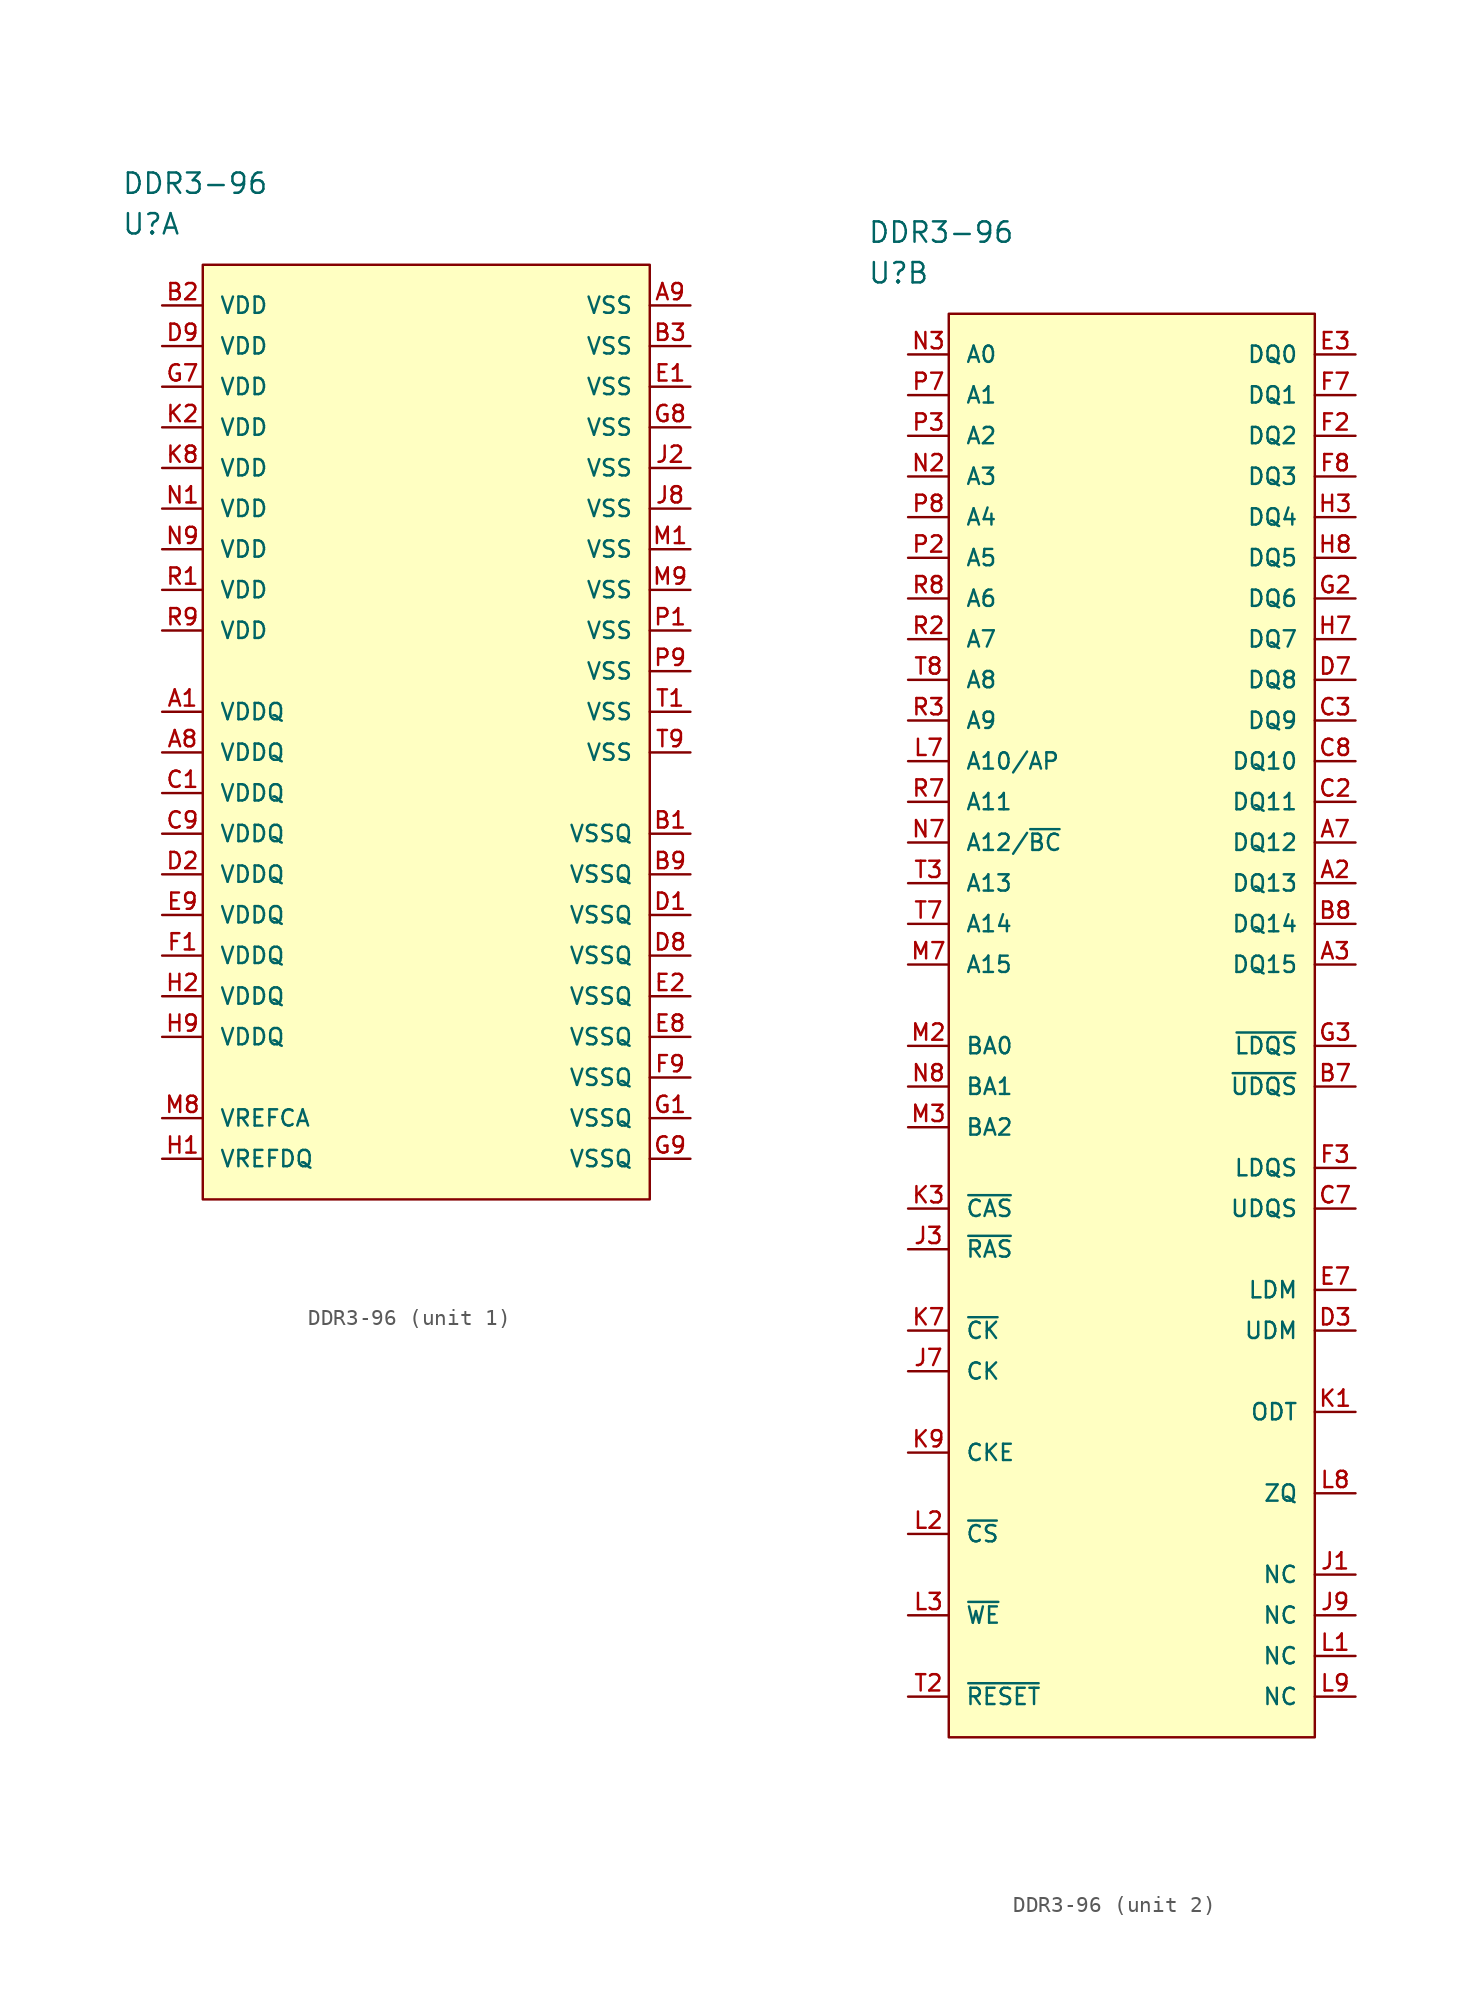
<source format=kicad_sym>
(kicad_symbol_lib
  (version 20211014)
  (generator kicad_symbol_editor)
  (symbol "DDR3-96"
    (pin_names
      (offset 1.016))
    (property "Reference" "U"
      (at 0 5.08 0)
      (effects (font (size 1.27 1.27)) (justify left)))
    (property "Value" "DDR3-96"
      (at 0 7.62 0)
      (effects (font (size 1.27 1.27)) (justify left)))
    (property "ki_locked" ""
      (at 0 0 0)
      (effects (font (size 1.27 1.27))))
    (symbol "DDR3-96_1_1"
      (rectangle (start 5.08 2.54) (end 33.02 -55.88) (stroke (width 0) (type default) (color 0 0 0 0)) (fill (type background)))
      (pin power_in line (at 2.54 -25.4 0) (length 2.54) (name "VDDQ" (effects (font (size 1.016 1.016)))) (number "A1" (effects (font (size 1.016 1.016)))))
      (pin power_in line (at 2.54 -27.94 0) (length 2.54) (name "VDDQ" (effects (font (size 1.016 1.016)))) (number "A8" (effects (font (size 1.016 1.016)))))
      (pin power_in line (at 35.56 0 180) (length 2.54) (name "VSS" (effects (font (size 1.016 1.016)))) (number "A9" (effects (font (size 1.016 1.016)))))
      (pin power_in line (at 35.56 -33.02 180) (length 2.54) (name "VSSQ" (effects (font (size 1.016 1.016)))) (number "B1" (effects (font (size 1.016 1.016)))))
      (pin power_in line (at 2.54 0 0) (length 2.54) (name "VDD" (effects (font (size 1.016 1.016)))) (number "B2" (effects (font (size 1.016 1.016)))))
      (pin power_in line (at 35.56 -2.54 180) (length 2.54) (name "VSS" (effects (font (size 1.016 1.016)))) (number "B3" (effects (font (size 1.016 1.016)))))
      (pin power_in line (at 35.56 -35.56 180) (length 2.54) (name "VSSQ" (effects (font (size 1.016 1.016)))) (number "B9" (effects (font (size 1.016 1.016)))))
      (pin power_in line (at 2.54 -30.48 0) (length 2.54) (name "VDDQ" (effects (font (size 1.016 1.016)))) (number "C1" (effects (font (size 1.016 1.016)))))
      (pin power_in line (at 2.54 -33.02 0) (length 2.54) (name "VDDQ" (effects (font (size 1.016 1.016)))) (number "C9" (effects (font (size 1.016 1.016)))))
      (pin power_in line (at 35.56 -38.1 180) (length 2.54) (name "VSSQ" (effects (font (size 1.016 1.016)))) (number "D1" (effects (font (size 1.016 1.016)))))
      (pin power_in line (at 2.54 -35.56 0) (length 2.54) (name "VDDQ" (effects (font (size 1.016 1.016)))) (number "D2" (effects (font (size 1.016 1.016)))))
      (pin power_in line (at 35.56 -40.64 180) (length 2.54) (name "VSSQ" (effects (font (size 1.016 1.016)))) (number "D8" (effects (font (size 1.016 1.016)))))
      (pin power_in line (at 2.54 -2.54 0) (length 2.54) (name "VDD" (effects (font (size 1.016 1.016)))) (number "D9" (effects (font (size 1.016 1.016)))))
      (pin power_in line (at 35.56 -5.08 180) (length 2.54) (name "VSS" (effects (font (size 1.016 1.016)))) (number "E1" (effects (font (size 1.016 1.016)))))
      (pin power_in line (at 35.56 -43.18 180) (length 2.54) (name "VSSQ" (effects (font (size 1.016 1.016)))) (number "E2" (effects (font (size 1.016 1.016)))))
      (pin power_in line (at 35.56 -45.72 180) (length 2.54) (name "VSSQ" (effects (font (size 1.016 1.016)))) (number "E8" (effects (font (size 1.016 1.016)))))
      (pin power_in line (at 2.54 -38.1 0) (length 2.54) (name "VDDQ" (effects (font (size 1.016 1.016)))) (number "E9" (effects (font (size 1.016 1.016)))))
      (pin power_in line (at 2.54 -40.64 0) (length 2.54) (name "VDDQ" (effects (font (size 1.016 1.016)))) (number "F1" (effects (font (size 1.016 1.016)))))
      (pin power_in line (at 35.56 -48.26 180) (length 2.54) (name "VSSQ" (effects (font (size 1.016 1.016)))) (number "F9" (effects (font (size 1.016 1.016)))))
      (pin power_in line (at 35.56 -50.8 180) (length 2.54) (name "VSSQ" (effects (font (size 1.016 1.016)))) (number "G1" (effects (font (size 1.016 1.016)))))
      (pin power_in line (at 2.54 -5.08 0) (length 2.54) (name "VDD" (effects (font (size 1.016 1.016)))) (number "G7" (effects (font (size 1.016 1.016)))))
      (pin power_in line (at 35.56 -7.62 180) (length 2.54) (name "VSS" (effects (font (size 1.016 1.016)))) (number "G8" (effects (font (size 1.016 1.016)))))
      (pin power_in line (at 35.56 -53.34 180) (length 2.54) (name "VSSQ" (effects (font (size 1.016 1.016)))) (number "G9" (effects (font (size 1.016 1.016)))))
      (pin power_in line (at 2.54 -53.34 0) (length 2.54) (name "VREFDQ" (effects (font (size 1.016 1.016)))) (number "H1" (effects (font (size 1.016 1.016)))))
      (pin power_in line (at 2.54 -43.18 0) (length 2.54) (name "VDDQ" (effects (font (size 1.016 1.016)))) (number "H2" (effects (font (size 1.016 1.016)))))
      (pin power_in line (at 2.54 -45.72 0) (length 2.54) (name "VDDQ" (effects (font (size 1.016 1.016)))) (number "H9" (effects (font (size 1.016 1.016)))))
      (pin power_in line (at 35.56 -10.16 180) (length 2.54) (name "VSS" (effects (font (size 1.016 1.016)))) (number "J2" (effects (font (size 1.016 1.016)))))
      (pin power_in line (at 35.56 -12.7 180) (length 2.54) (name "VSS" (effects (font (size 1.016 1.016)))) (number "J8" (effects (font (size 1.016 1.016)))))
      (pin power_in line (at 2.54 -7.62 0) (length 2.54) (name "VDD" (effects (font (size 1.016 1.016)))) (number "K2" (effects (font (size 1.016 1.016)))))
      (pin power_in line (at 2.54 -10.16 0) (length 2.54) (name "VDD" (effects (font (size 1.016 1.016)))) (number "K8" (effects (font (size 1.016 1.016)))))
      (pin power_in line (at 35.56 -15.24 180) (length 2.54) (name "VSS" (effects (font (size 1.016 1.016)))) (number "M1" (effects (font (size 1.016 1.016)))))
      (pin power_in line (at 2.54 -50.8 0) (length 2.54) (name "VREFCA" (effects (font (size 1.016 1.016)))) (number "M8" (effects (font (size 1.016 1.016)))))
      (pin power_in line (at 35.56 -17.78 180) (length 2.54) (name "VSS" (effects (font (size 1.016 1.016)))) (number "M9" (effects (font (size 1.016 1.016)))))
      (pin power_in line (at 2.54 -12.7 0) (length 2.54) (name "VDD" (effects (font (size 1.016 1.016)))) (number "N1" (effects (font (size 1.016 1.016)))))
      (pin power_in line (at 2.54 -15.24 0) (length 2.54) (name "VDD" (effects (font (size 1.016 1.016)))) (number "N9" (effects (font (size 1.016 1.016)))))
      (pin power_in line (at 35.56 -20.32 180) (length 2.54) (name "VSS" (effects (font (size 1.016 1.016)))) (number "P1" (effects (font (size 1.016 1.016)))))
      (pin power_in line (at 35.56 -22.86 180) (length 2.54) (name "VSS" (effects (font (size 1.016 1.016)))) (number "P9" (effects (font (size 1.016 1.016)))))
      (pin power_in line (at 2.54 -17.78 0) (length 2.54) (name "VDD" (effects (font (size 1.016 1.016)))) (number "R1" (effects (font (size 1.016 1.016)))))
      (pin power_in line (at 2.54 -20.32 0) (length 2.54) (name "VDD" (effects (font (size 1.016 1.016)))) (number "R9" (effects (font (size 1.016 1.016)))))
      (pin power_in line (at 35.56 -25.4 180) (length 2.54) (name "VSS" (effects (font (size 1.016 1.016)))) (number "T1" (effects (font (size 1.016 1.016)))))
      (pin power_in line (at 35.56 -27.94 180) (length 2.54) (name "VSS" (effects (font (size 1.016 1.016)))) (number "T9" (effects (font (size 1.016 1.016))))))
    (symbol "DDR3-96_2_1"
      (rectangle (start 5.08 2.54) (end 27.94 -86.36) (stroke (width 0) (type default) (color 0 0 0 0)) (fill (type background)))
      (pin bidirectional line (at 30.48 -33.02 180) (length 2.54) (name "DQ13" (effects (font (size 1.016 1.016)))) (number "A2" (effects (font (size 1.016 1.016)))))
      (pin bidirectional line (at 30.48 -38.1 180) (length 2.54) (name "DQ15" (effects (font (size 1.016 1.016)))) (number "A3" (effects (font (size 1.016 1.016)))))
      (pin bidirectional line (at 30.48 -30.48 180) (length 2.54) (name "DQ12" (effects (font (size 1.016 1.016)))) (number "A7" (effects (font (size 1.016 1.016)))))
      (pin bidirectional line (at 30.48 -45.72 180) (length 2.54) (name "~{UDQS}" (effects (font (size 1.016 1.016)))) (number "B7" (effects (font (size 1.016 1.016)))))
      (pin bidirectional line (at 30.48 -35.56 180) (length 2.54) (name "DQ14" (effects (font (size 1.016 1.016)))) (number "B8" (effects (font (size 1.016 1.016)))))
      (pin bidirectional line (at 30.48 -27.94 180) (length 2.54) (name "DQ11" (effects (font (size 1.016 1.016)))) (number "C2" (effects (font (size 1.016 1.016)))))
      (pin bidirectional line (at 30.48 -22.86 180) (length 2.54) (name "DQ9" (effects (font (size 1.016 1.016)))) (number "C3" (effects (font (size 1.016 1.016)))))
      (pin bidirectional line (at 30.48 -53.34 180) (length 2.54) (name "UDQS" (effects (font (size 1.016 1.016)))) (number "C7" (effects (font (size 1.016 1.016)))))
      (pin bidirectional line (at 30.48 -25.4 180) (length 2.54) (name "DQ10" (effects (font (size 1.016 1.016)))) (number "C8" (effects (font (size 1.016 1.016)))))
      (pin input line (at 30.48 -60.96 180) (length 2.54) (name "UDM" (effects (font (size 1.016 1.016)))) (number "D3" (effects (font (size 1.016 1.016)))))
      (pin bidirectional line (at 30.48 -20.32 180) (length 2.54) (name "DQ8" (effects (font (size 1.016 1.016)))) (number "D7" (effects (font (size 1.016 1.016)))))
      (pin bidirectional line (at 30.48 0 180) (length 2.54) (name "DQ0" (effects (font (size 1.016 1.016)))) (number "E3" (effects (font (size 1.016 1.016)))))
      (pin input line (at 30.48 -58.42 180) (length 2.54) (name "LDM" (effects (font (size 1.016 1.016)))) (number "E7" (effects (font (size 1.016 1.016)))))
      (pin bidirectional line (at 30.48 -5.08 180) (length 2.54) (name "DQ2" (effects (font (size 1.016 1.016)))) (number "F2" (effects (font (size 1.016 1.016)))))
      (pin bidirectional line (at 30.48 -50.8 180) (length 2.54) (name "LDQS" (effects (font (size 1.016 1.016)))) (number "F3" (effects (font (size 1.016 1.016)))))
      (pin bidirectional line (at 30.48 -2.54 180) (length 2.54) (name "DQ1" (effects (font (size 1.016 1.016)))) (number "F7" (effects (font (size 1.016 1.016)))))
      (pin bidirectional line (at 30.48 -7.62 180) (length 2.54) (name "DQ3" (effects (font (size 1.016 1.016)))) (number "F8" (effects (font (size 1.016 1.016)))))
      (pin bidirectional line (at 30.48 -15.24 180) (length 2.54) (name "DQ6" (effects (font (size 1.016 1.016)))) (number "G2" (effects (font (size 1.016 1.016)))))
      (pin bidirectional line (at 30.48 -43.18 180) (length 2.54) (name "~{LDQS}" (effects (font (size 1.016 1.016)))) (number "G3" (effects (font (size 1.016 1.016)))))
      (pin bidirectional line (at 30.48 -10.16 180) (length 2.54) (name "DQ4" (effects (font (size 1.016 1.016)))) (number "H3" (effects (font (size 1.016 1.016)))))
      (pin bidirectional line (at 30.48 -17.78 180) (length 2.54) (name "DQ7" (effects (font (size 1.016 1.016)))) (number "H7" (effects (font (size 1.016 1.016)))))
      (pin bidirectional line (at 30.48 -12.7 180) (length 2.54) (name "DQ5" (effects (font (size 1.016 1.016)))) (number "H8" (effects (font (size 1.016 1.016)))))
      (pin passive line (at 30.48 -76.2 180) (length 2.54) (name "NC" (effects (font (size 1.016 1.016)))) (number "J1" (effects (font (size 1.016 1.016)))))
      (pin input line (at 2.54 -55.88 0) (length 2.54) (name "~{RAS}" (effects (font (size 1.016 1.016)))) (number "J3" (effects (font (size 1.016 1.016)))))
      (pin input line (at 2.54 -63.5 0) (length 2.54) (name "CK" (effects (font (size 1.016 1.016)))) (number "J7" (effects (font (size 1.016 1.016)))))
      (pin passive line (at 30.48 -78.74 180) (length 2.54) (name "NC" (effects (font (size 1.016 1.016)))) (number "J9" (effects (font (size 1.016 1.016)))))
      (pin input line (at 30.48 -66.04 180) (length 2.54) (name "ODT" (effects (font (size 1.016 1.016)))) (number "K1" (effects (font (size 1.016 1.016)))))
      (pin input line (at 2.54 -53.34 0) (length 2.54) (name "~{CAS}" (effects (font (size 1.016 1.016)))) (number "K3" (effects (font (size 1.016 1.016)))))
      (pin input line (at 2.54 -60.96 0) (length 2.54) (name "~{CK}" (effects (font (size 1.016 1.016)))) (number "K7" (effects (font (size 1.016 1.016)))))
      (pin input line (at 2.54 -68.58 0) (length 2.54) (name "CKE" (effects (font (size 1.016 1.016)))) (number "K9" (effects (font (size 1.016 1.016)))))
      (pin passive line (at 30.48 -81.28 180) (length 2.54) (name "NC" (effects (font (size 1.016 1.016)))) (number "L1" (effects (font (size 1.016 1.016)))))
      (pin input line (at 2.54 -73.66 0) (length 2.54) (name "~{CS}" (effects (font (size 1.016 1.016)))) (number "L2" (effects (font (size 1.016 1.016)))))
      (pin input line (at 2.54 -78.74 0) (length 2.54) (name "~{WE}" (effects (font (size 1.016 1.016)))) (number "L3" (effects (font (size 1.016 1.016)))))
      (pin input line (at 2.54 -25.4 0) (length 2.54) (name "A10/AP" (effects (font (size 1.016 1.016)))) (number "L7" (effects (font (size 1.016 1.016)))))
      (pin passive line (at 30.48 -71.12 180) (length 2.54) (name "ZQ" (effects (font (size 1.016 1.016)))) (number "L8" (effects (font (size 1.016 1.016)))))
      (pin passive line (at 30.48 -83.82 180) (length 2.54) (name "NC" (effects (font (size 1.016 1.016)))) (number "L9" (effects (font (size 1.016 1.016)))))
      (pin input line (at 2.54 -43.18 0) (length 2.54) (name "BA0" (effects (font (size 1.016 1.016)))) (number "M2" (effects (font (size 1.016 1.016)))))
      (pin input line (at 2.54 -48.26 0) (length 2.54) (name "BA2" (effects (font (size 1.016 1.016)))) (number "M3" (effects (font (size 1.016 1.016)))))
      (pin input line (at 2.54 -38.1 0) (length 2.54) (name "A15" (effects (font (size 1.016 1.016)))) (number "M7" (effects (font (size 1.016 1.016)))))
      (pin input line (at 2.54 -7.62 0) (length 2.54) (name "A3" (effects (font (size 1.016 1.016)))) (number "N2" (effects (font (size 1.016 1.016)))))
      (pin input line (at 2.54 0 0) (length 2.54) (name "A0" (effects (font (size 1.016 1.016)))) (number "N3" (effects (font (size 1.016 1.016)))))
      (pin input line (at 2.54 -30.48 0) (length 2.54) (name "A12/~{BC}" (effects (font (size 1.016 1.016)))) (number "N7" (effects (font (size 1.016 1.016)))))
      (pin input line (at 2.54 -45.72 0) (length 2.54) (name "BA1" (effects (font (size 1.016 1.016)))) (number "N8" (effects (font (size 1.016 1.016)))))
      (pin input line (at 2.54 -12.7 0) (length 2.54) (name "A5" (effects (font (size 1.016 1.016)))) (number "P2" (effects (font (size 1.016 1.016)))))
      (pin input line (at 2.54 -5.08 0) (length 2.54) (name "A2" (effects (font (size 1.016 1.016)))) (number "P3" (effects (font (size 1.016 1.016)))))
      (pin input line (at 2.54 -2.54 0) (length 2.54) (name "A1" (effects (font (size 1.016 1.016)))) (number "P7" (effects (font (size 1.016 1.016)))))
      (pin input line (at 2.54 -10.16 0) (length 2.54) (name "A4" (effects (font (size 1.016 1.016)))) (number "P8" (effects (font (size 1.016 1.016)))))
      (pin input line (at 2.54 -17.78 0) (length 2.54) (name "A7" (effects (font (size 1.016 1.016)))) (number "R2" (effects (font (size 1.016 1.016)))))
      (pin input line (at 2.54 -22.86 0) (length 2.54) (name "A9" (effects (font (size 1.016 1.016)))) (number "R3" (effects (font (size 1.016 1.016)))))
      (pin input line (at 2.54 -27.94 0) (length 2.54) (name "A11" (effects (font (size 1.016 1.016)))) (number "R7" (effects (font (size 1.016 1.016)))))
      (pin input line (at 2.54 -15.24 0) (length 2.54) (name "A6" (effects (font (size 1.016 1.016)))) (number "R8" (effects (font (size 1.016 1.016)))))
      (pin input line (at 2.54 -83.82 0) (length 2.54) (name "~{RESET}" (effects (font (size 1.016 1.016)))) (number "T2" (effects (font (size 1.016 1.016)))))
      (pin input line (at 2.54 -33.02 0) (length 2.54) (name "A13" (effects (font (size 1.016 1.016)))) (number "T3" (effects (font (size 1.016 1.016)))))
      (pin input line (at 2.54 -35.56 0) (length 2.54) (name "A14" (effects (font (size 1.016 1.016)))) (number "T7" (effects (font (size 1.016 1.016)))))
      (pin input line (at 2.54 -20.32 0) (length 2.54) (name "A8" (effects (font (size 1.016 1.016)))) (number "T8" (effects (font (size 1.016 1.016))))))))
</source>
